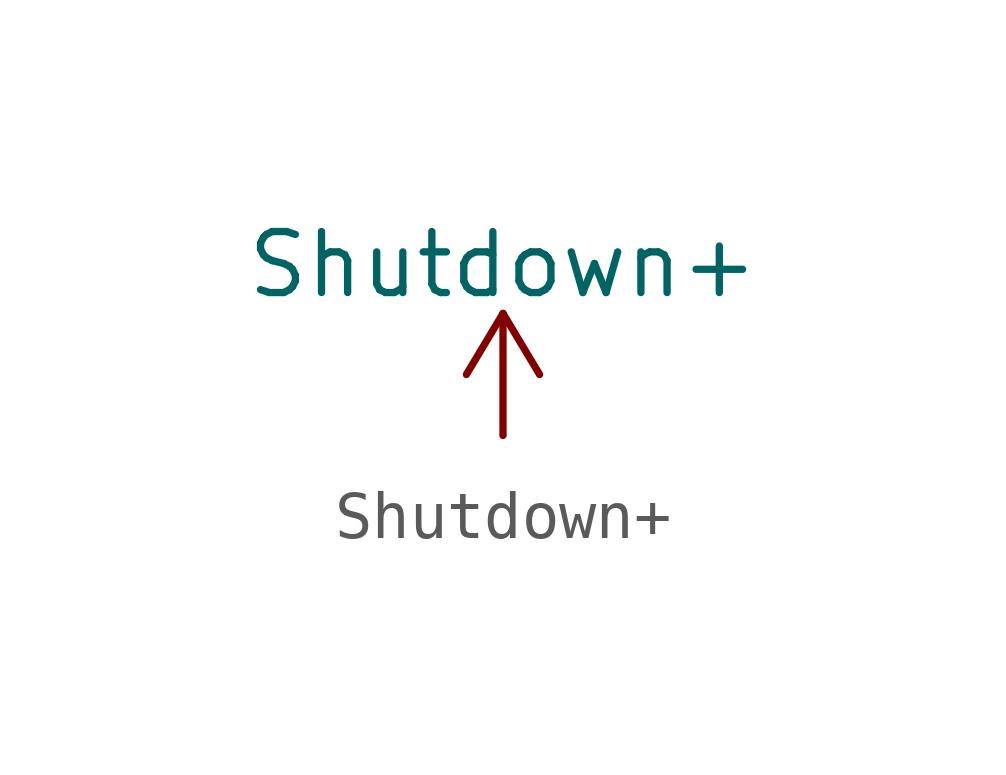
<source format=kicad_sym>
(kicad_symbol_lib
  (version 20211014)
  (generator kicad_symbol_editor)
  (symbol "Shutdown+"
    (power)
    (pin_names
      (offset 0))
    (property "Reference" "#PWR"
      (at 0 -3.81 0)
      (effects (font (size 1.27 1.27)) hide))
    (property "Value" "Shutdown+"
      (at 0 3.556 0)
      (effects (font (size 1.27 1.27))))
    (symbol "Shutdown+_0_1"
      (polyline (pts (xy -0.762 1.27) (xy 0 2.54)) (stroke (width 0) (type default) (color 0 0 0 0)) (fill (type none)))
      (polyline (pts (xy 0 0) (xy 0 2.54)) (stroke (width 0) (type default) (color 0 0 0 0)) (fill (type none)))
      (polyline (pts (xy 0 2.54) (xy 0.762 1.27)) (stroke (width 0) (type default) (color 0 0 0 0)) (fill (type none))))
    (symbol "Shutdown+_1_1"
      (pin power_in line (at 0 0 90) (length 0) hide (name "SD+" (effects (font (size 1.27 1.27)))) (number "1" (effects (font (size 1.27 1.27))))))))
</source>
